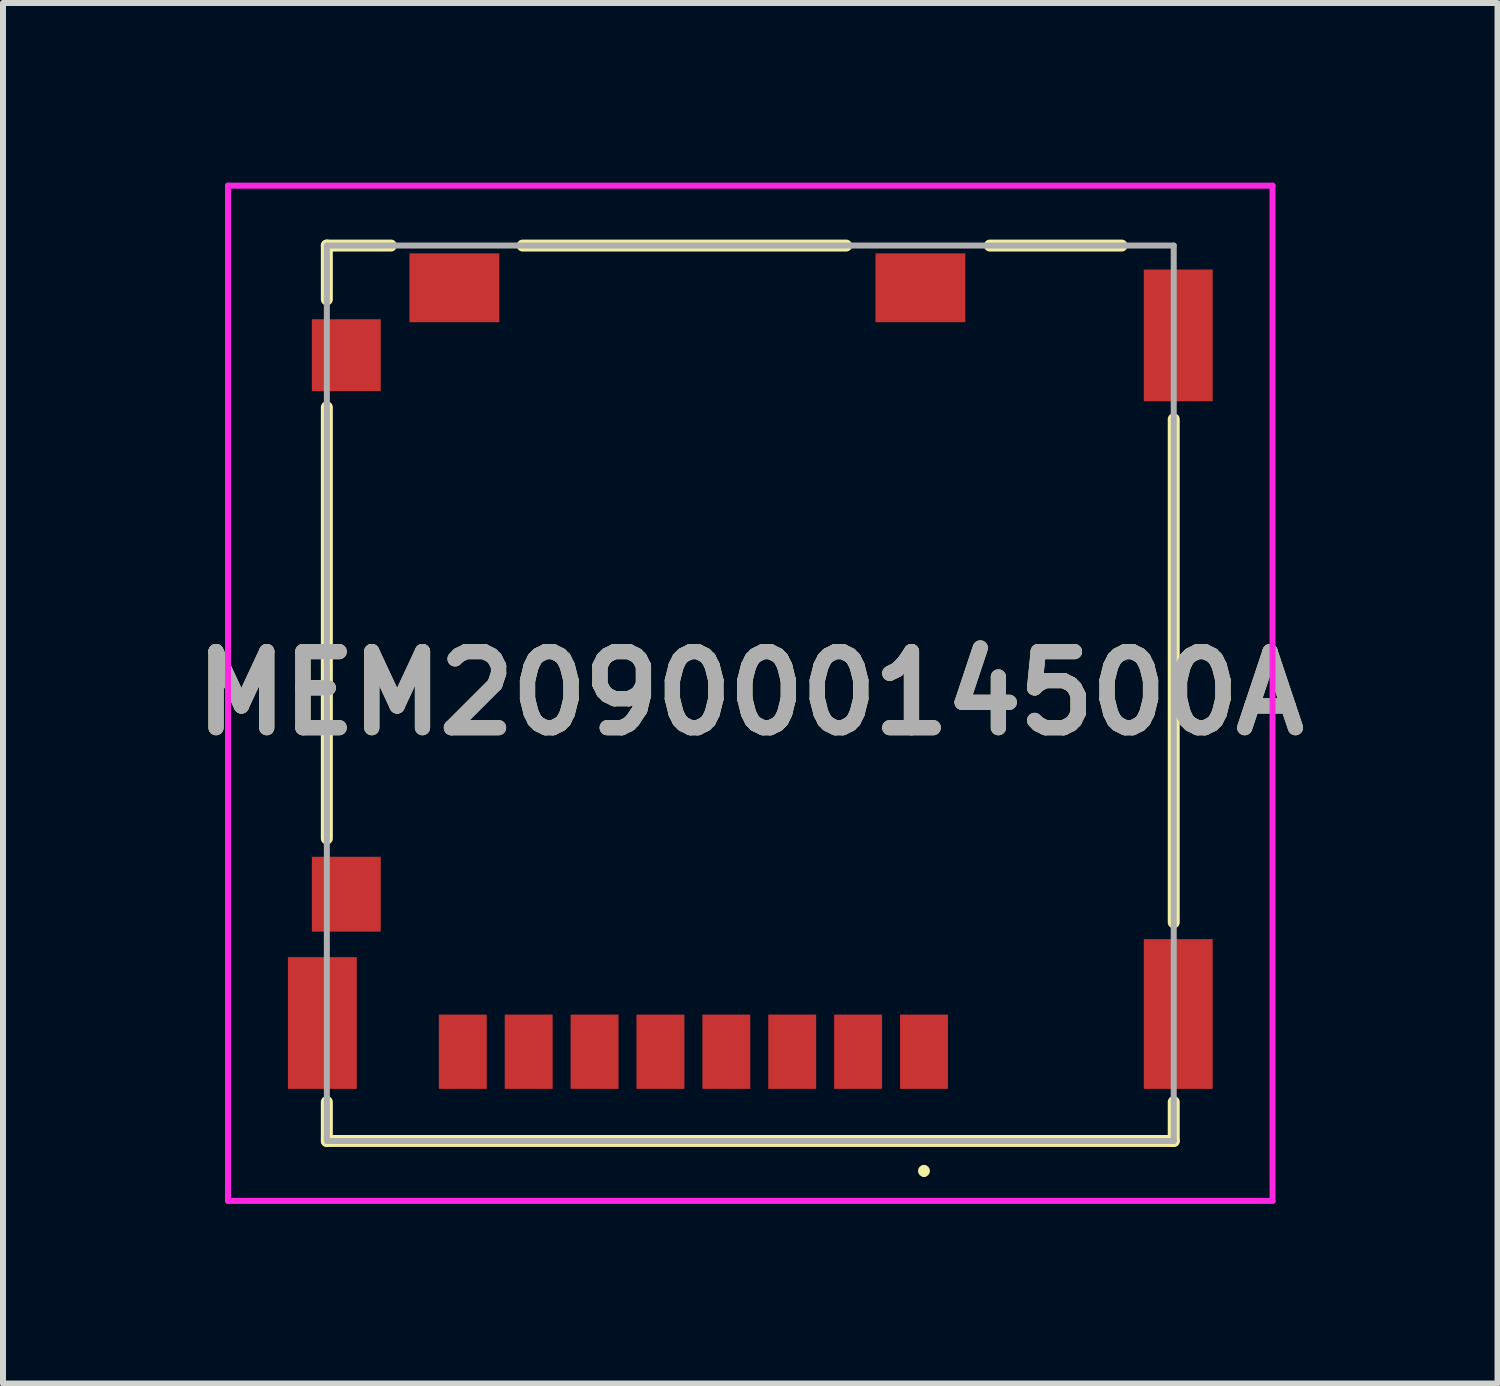
<source format=kicad_pcb>
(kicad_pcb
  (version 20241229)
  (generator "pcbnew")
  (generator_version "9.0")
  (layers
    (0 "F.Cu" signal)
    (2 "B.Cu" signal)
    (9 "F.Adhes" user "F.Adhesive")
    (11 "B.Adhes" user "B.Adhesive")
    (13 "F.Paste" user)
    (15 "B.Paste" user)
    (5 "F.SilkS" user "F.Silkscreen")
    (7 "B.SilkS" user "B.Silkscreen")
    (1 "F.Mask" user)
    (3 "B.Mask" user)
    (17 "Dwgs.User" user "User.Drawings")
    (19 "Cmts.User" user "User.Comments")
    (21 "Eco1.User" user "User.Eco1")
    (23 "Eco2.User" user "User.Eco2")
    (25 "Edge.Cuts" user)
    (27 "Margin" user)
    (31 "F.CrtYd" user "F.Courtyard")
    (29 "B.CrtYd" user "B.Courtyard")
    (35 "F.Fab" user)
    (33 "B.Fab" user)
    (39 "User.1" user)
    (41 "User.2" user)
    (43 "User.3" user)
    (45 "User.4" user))
  (footprint "MEM20900014500A"
    (layer "F.Cu")
    (at 9.477 8.525)
    (property "Reference" "MEM20900014500A" (at 0 0 0) (layer "F.SilkS") (effects (font (size 1.27 1.27) (thickness 0.254))))
    (attr smd)
    (fp_line (start -7.07 -7.475) (end -6 -7.475) (stroke (width 0.2) (type solid)) (layer "F.SilkS"))
    (fp_line (start -7.07 -6.575) (end -7.07 -7.475) (stroke (width 0.2) (type solid)) (layer "F.SilkS"))
    (fp_line (start -7.07 2.425) (end -7.07 -4.775) (stroke (width 0.2) (type solid)) (layer "F.SilkS"))
    (fp_line (start -7.07 7.475) (end -7.07 6.825) (stroke (width 0.2) (type solid)) (layer "F.SilkS"))
    (fp_line (start -3.8 -7.475) (end 1.6 -7.475) (stroke (width 0.2) (type solid)) (layer "F.SilkS"))
    (fp_line (start 2.9 7.925) (end 2.9 7.925) (stroke (width 0.1) (type solid)) (layer "F.SilkS"))
    (fp_line (start 2.9 8.025) (end 2.9 8.025) (stroke (width 0.1) (type solid)) (layer "F.SilkS"))
    (fp_line (start 4 -7.475) (end 6.2 -7.475) (stroke (width 0.2) (type solid)) (layer "F.SilkS"))
    (fp_line (start 7.07 -4.575) (end 7.07 3.825) (stroke (width 0.2) (type solid)) (layer "F.SilkS"))
    (fp_line (start 7.07 6.825) (end 7.07 7.475) (stroke (width 0.2) (type solid)) (layer "F.SilkS"))
    (fp_line (start 7.07 7.475) (end -7.07 7.475) (stroke (width 0.2) (type solid)) (layer "F.SilkS"))
    (fp_arc (start 2.9 7.925) (mid 2.95 7.975) (end 2.9 8.025) (stroke (width 0.1) (type solid)) (layer "F.SilkS"))
    (fp_arc (start 2.9 8.025) (mid 2.85 7.975) (end 2.9 7.925) (stroke (width 0.1) (type solid)) (layer "F.SilkS"))
    (fp_line (start -8.72 -8.475) (end 8.72 -8.475) (stroke (width 0.1) (type solid)) (layer "F.CrtYd"))
    (fp_line (start -8.72 8.475) (end -8.72 -8.475) (stroke (width 0.1) (type solid)) (layer "F.CrtYd"))
    (fp_line (start 8.72 -8.475) (end 8.72 8.475) (stroke (width 0.1) (type solid)) (layer "F.CrtYd"))
    (fp_line (start 8.72 8.475) (end -8.72 8.475) (stroke (width 0.1) (type solid)) (layer "F.CrtYd"))
    (fp_line (start -7.07 -7.475) (end 7.07 -7.475) (stroke (width 0.1) (type solid)) (layer "F.Fab"))
    (fp_line (start -7.07 7.475) (end -7.07 -7.475) (stroke (width 0.1) (type solid)) (layer "F.Fab"))
    (fp_line (start 7.07 -7.475) (end 7.07 7.475) (stroke (width 0.1) (type solid)) (layer "F.Fab"))
    (fp_line (start 7.07 7.475) (end -7.07 7.475) (stroke (width 0.1) (type solid)) (layer "F.Fab"))
    (fp_text user "${REFERENCE}" (at 0 0 0) (layer "F.Fab") (effects (font (size 1.27 1.27) (thickness 0.254))))
    (pad "1" smd rect (at 2.9 5.985) (size 0.8 1.24) (layers "F.Cu" "F.Mask" "F.Paste"))
    (pad "2" smd rect (at 1.8 5.985) (size 0.8 1.24) (layers "F.Cu" "F.Mask" "F.Paste"))
    (pad "3" smd rect (at 0.7 5.985) (size 0.8 1.24) (layers "F.Cu" "F.Mask" "F.Paste"))
    (pad "4" smd rect (at -0.4 5.985) (size 0.8 1.24) (layers "F.Cu" "F.Mask" "F.Paste"))
    (pad "5" smd rect (at -1.5 5.985) (size 0.8 1.24) (layers "F.Cu" "F.Mask" "F.Paste"))
    (pad "6" smd rect (at -2.6 5.985) (size 0.8 1.24) (layers "F.Cu" "F.Mask" "F.Paste"))
    (pad "7" smd rect (at -3.7 5.985) (size 0.8 1.24) (layers "F.Cu" "F.Mask" "F.Paste"))
    (pad "8" smd rect (at -4.8 5.985) (size 0.8 1.24) (layers "F.Cu" "F.Mask" "F.Paste"))
    (pad "9" smd rect (at -6.745 3.355) (size 1.15 1.25) (layers "F.Cu" "F.Mask" "F.Paste"))
    (pad "10" smd rect (at 7.145 5.355) (size 1.15 2.5) (layers "F.Cu" "F.Mask" "F.Paste"))
    (pad "11" smd rect (at -7.145 5.505) (size 1.15 2.2) (layers "F.Cu" "F.Mask" "F.Paste"))
    (pad "12" smd rect (at -6.745 -5.645) (size 1.15 1.2) (layers "F.Cu" "F.Mask" "F.Paste"))
    (pad "13" smd rect (at -4.94 -6.77 90) (size 1.15 1.5) (layers "F.Cu" "F.Mask" "F.Paste"))
    (pad "14" smd rect (at 2.84 -6.77 90) (size 1.15 1.5) (layers "F.Cu" "F.Mask" "F.Paste"))
    (pad "15" smd rect (at 7.145 -5.975) (size 1.15 2.2) (layers "F.Cu" "F.Mask" "F.Paste")))
  (gr_rect
    (start -3 -3)
    (end 21.953 20.05)
    (stroke (width 0.1) (type default))
    (fill no)
    (layer "Edge.Cuts")))
</source>
